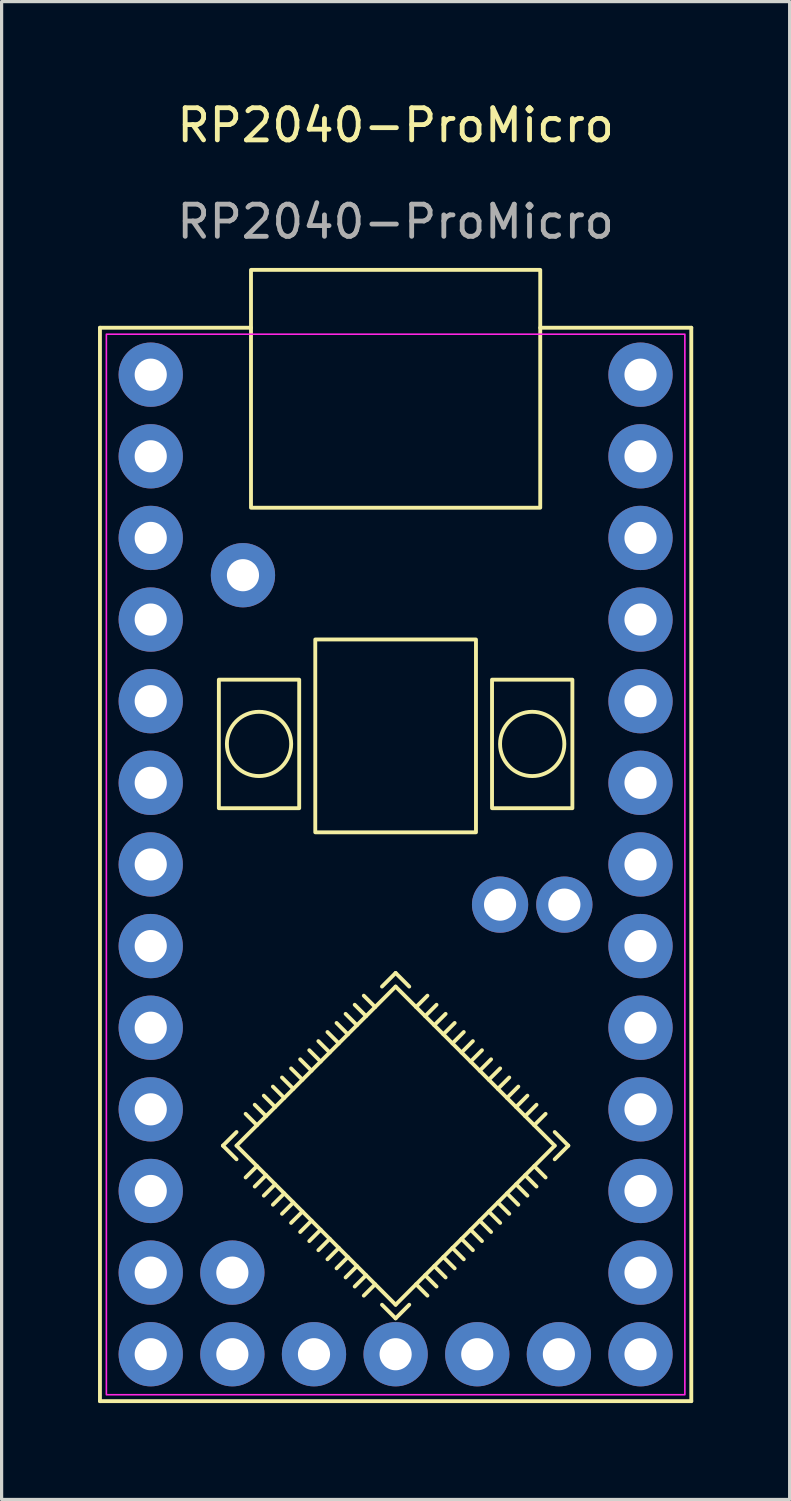
<source format=kicad_pcb>
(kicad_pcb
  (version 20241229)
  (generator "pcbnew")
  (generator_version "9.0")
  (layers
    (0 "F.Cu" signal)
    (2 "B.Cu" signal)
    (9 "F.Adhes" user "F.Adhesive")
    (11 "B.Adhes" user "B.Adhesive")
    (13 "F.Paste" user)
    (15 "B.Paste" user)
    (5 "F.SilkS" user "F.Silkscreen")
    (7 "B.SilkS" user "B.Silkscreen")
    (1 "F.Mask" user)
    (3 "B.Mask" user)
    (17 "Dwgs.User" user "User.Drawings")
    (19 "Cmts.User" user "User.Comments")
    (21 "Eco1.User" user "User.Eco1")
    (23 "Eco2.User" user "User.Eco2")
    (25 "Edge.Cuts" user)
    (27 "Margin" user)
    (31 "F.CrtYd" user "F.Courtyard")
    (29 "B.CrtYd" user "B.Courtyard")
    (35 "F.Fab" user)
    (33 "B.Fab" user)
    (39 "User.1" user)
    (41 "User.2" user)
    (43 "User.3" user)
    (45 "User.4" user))
  (footprint "RP2040-ProMicro"
    (layer "F.Cu")
    (at 9.26 23.848)
    (property "Reference" "RP2040-ProMicro" (at 0 -23 0) (unlocked yes) (layer "F.SilkS") (effects (font (size 1 1) (thickness 0.15))))
    (attr through_hole)
    (fp_line (start -9.2 16.7) (end -9.2 -16.7) (stroke (width 0.12) (type default)) (layer "F.SilkS"))
    (fp_line (start -9.2 16.7) (end 9.2 16.7) (stroke (width 0.12) (type default)) (layer "F.SilkS"))
    (fp_line (start -5.374 8.75) (end -4.95 8.326) (stroke (width 0.12) (type default)) (layer "F.SilkS"))
    (fp_line (start -5.374 8.75) (end -4.95 9.174) (stroke (width 0.12) (type default)) (layer "F.SilkS"))
    (fp_line (start -4.95 8.75) (end 0 13.7) (stroke (width 0.12) (type default)) (layer "F.SilkS"))
    (fp_line (start -4.5 -16.7) (end -9.2 -16.7) (stroke (width 0.12) (type default)) (layer "F.SilkS"))
    (fp_line (start -4.313 8.114) (end -4.667 7.76) (stroke (width 0.12) (type default)) (layer "F.SilkS"))
    (fp_line (start -4.313 9.386) (end -4.667 9.74) (stroke (width 0.12) (type default)) (layer "F.SilkS"))
    (fp_line (start -4.031 7.831) (end -4.384 7.477) (stroke (width 0.12) (type default)) (layer "F.SilkS"))
    (fp_line (start -4.031 9.669) (end -4.384 10.023) (stroke (width 0.12) (type default)) (layer "F.SilkS"))
    (fp_line (start -3.748 7.548) (end -4.101 7.194) (stroke (width 0.12) (type default)) (layer "F.SilkS"))
    (fp_line (start -3.748 9.952) (end -4.101 10.306) (stroke (width 0.12) (type default)) (layer "F.SilkS"))
    (fp_line (start -3.465 7.265) (end -3.818 6.912) (stroke (width 0.12) (type default)) (layer "F.SilkS"))
    (fp_line (start -3.465 10.235) (end -3.818 10.588) (stroke (width 0.12) (type default)) (layer "F.SilkS"))
    (fp_line (start -3.182 6.982) (end -3.536 6.629) (stroke (width 0.12) (type default)) (layer "F.SilkS"))
    (fp_line (start -3.182 10.518) (end -3.536 10.871) (stroke (width 0.12) (type default)) (layer "F.SilkS"))
    (fp_line (start -2.899 6.699) (end -3.253 6.346) (stroke (width 0.12) (type default)) (layer "F.SilkS"))
    (fp_line (start -2.899 10.801) (end -3.253 11.154) (stroke (width 0.12) (type default)) (layer "F.SilkS"))
    (fp_line (start -2.616 6.417) (end -2.97 6.063) (stroke (width 0.12) (type default)) (layer "F.SilkS"))
    (fp_line (start -2.616 11.083) (end -2.97 11.437) (stroke (width 0.12) (type default)) (layer "F.SilkS"))
    (fp_line (start -2.333 6.134) (end -2.687 5.78) (stroke (width 0.12) (type default)) (layer "F.SilkS"))
    (fp_line (start -2.333 11.366) (end -2.687 11.72) (stroke (width 0.12) (type default)) (layer "F.SilkS"))
    (fp_line (start -2.051 5.851) (end -2.404 5.497) (stroke (width 0.12) (type default)) (layer "F.SilkS"))
    (fp_line (start -2.051 11.649) (end -2.404 12.003) (stroke (width 0.12) (type default)) (layer "F.SilkS"))
    (fp_line (start -1.768 5.568) (end -2.121 5.214) (stroke (width 0.12) (type default)) (layer "F.SilkS"))
    (fp_line (start -1.768 11.932) (end -2.121 12.286) (stroke (width 0.12) (type default)) (layer "F.SilkS"))
    (fp_line (start -1.485 5.285) (end -1.838 4.932) (stroke (width 0.12) (type default)) (layer "F.SilkS"))
    (fp_line (start -1.485 12.215) (end -1.838 12.568) (stroke (width 0.12) (type default)) (layer "F.SilkS"))
    (fp_line (start -1.202 5.002) (end -1.556 4.649) (stroke (width 0.12) (type default)) (layer "F.SilkS"))
    (fp_line (start -1.202 12.498) (end -1.556 12.851) (stroke (width 0.12) (type default)) (layer "F.SilkS"))
    (fp_line (start -0.919 4.719) (end -1.273 4.366) (stroke (width 0.12) (type default)) (layer "F.SilkS"))
    (fp_line (start -0.919 12.781) (end -1.273 13.134) (stroke (width 0.12) (type default)) (layer "F.SilkS"))
    (fp_line (start -0.636 4.437) (end -0.99 4.083) (stroke (width 0.12) (type default)) (layer "F.SilkS"))
    (fp_line (start -0.636 13.063) (end -0.99 13.417) (stroke (width 0.12) (type default)) (layer "F.SilkS"))
    (fp_line (start 0 3.376) (end -0.424 3.8) (stroke (width 0.12) (type default)) (layer "F.SilkS"))
    (fp_line (start 0 3.376) (end 0.424 3.8) (stroke (width 0.12) (type default)) (layer "F.SilkS"))
    (fp_line (start 0 3.8) (end -4.95 8.75) (stroke (width 0.12) (type default)) (layer "F.SilkS"))
    (fp_line (start 0 13.7) (end 4.95 8.75) (stroke (width 0.12) (type default)) (layer "F.SilkS"))
    (fp_line (start 0 14.124) (end -0.424 13.7) (stroke (width 0.12) (type default)) (layer "F.SilkS"))
    (fp_line (start 0 14.124) (end 0.424 13.7) (stroke (width 0.12) (type default)) (layer "F.SilkS"))
    (fp_line (start 0.636 4.437) (end 0.99 4.083) (stroke (width 0.12) (type default)) (layer "F.SilkS"))
    (fp_line (start 0.636 13.063) (end 0.99 13.417) (stroke (width 0.12) (type default)) (layer "F.SilkS"))
    (fp_line (start 0.919 4.719) (end 1.273 4.366) (stroke (width 0.12) (type default)) (layer "F.SilkS"))
    (fp_line (start 0.919 12.781) (end 1.273 13.134) (stroke (width 0.12) (type default)) (layer "F.SilkS"))
    (fp_line (start 1.202 5.002) (end 1.556 4.649) (stroke (width 0.12) (type default)) (layer "F.SilkS"))
    (fp_line (start 1.202 12.498) (end 1.556 12.851) (stroke (width 0.12) (type default)) (layer "F.SilkS"))
    (fp_line (start 1.485 5.285) (end 1.838 4.932) (stroke (width 0.12) (type default)) (layer "F.SilkS"))
    (fp_line (start 1.485 12.215) (end 1.838 12.568) (stroke (width 0.12) (type default)) (layer "F.SilkS"))
    (fp_line (start 1.768 5.568) (end 2.121 5.214) (stroke (width 0.12) (type default)) (layer "F.SilkS"))
    (fp_line (start 1.768 11.932) (end 2.121 12.286) (stroke (width 0.12) (type default)) (layer "F.SilkS"))
    (fp_line (start 2.051 5.851) (end 2.404 5.497) (stroke (width 0.12) (type default)) (layer "F.SilkS"))
    (fp_line (start 2.051 11.649) (end 2.404 12.003) (stroke (width 0.12) (type default)) (layer "F.SilkS"))
    (fp_line (start 2.333 6.134) (end 2.687 5.78) (stroke (width 0.12) (type default)) (layer "F.SilkS"))
    (fp_line (start 2.333 11.366) (end 2.687 11.72) (stroke (width 0.12) (type default)) (layer "F.SilkS"))
    (fp_line (start 2.616 6.417) (end 2.97 6.063) (stroke (width 0.12) (type default)) (layer "F.SilkS"))
    (fp_line (start 2.616 11.083) (end 2.97 11.437) (stroke (width 0.12) (type default)) (layer "F.SilkS"))
    (fp_line (start 2.899 6.699) (end 3.253 6.346) (stroke (width 0.12) (type default)) (layer "F.SilkS"))
    (fp_line (start 2.899 10.801) (end 3.253 11.154) (stroke (width 0.12) (type default)) (layer "F.SilkS"))
    (fp_line (start 3.182 6.982) (end 3.536 6.629) (stroke (width 0.12) (type default)) (layer "F.SilkS"))
    (fp_line (start 3.182 10.518) (end 3.536 10.871) (stroke (width 0.12) (type default)) (layer "F.SilkS"))
    (fp_line (start 3.465 7.265) (end 3.818 6.912) (stroke (width 0.12) (type default)) (layer "F.SilkS"))
    (fp_line (start 3.465 10.235) (end 3.818 10.588) (stroke (width 0.12) (type default)) (layer "F.SilkS"))
    (fp_line (start 3.748 7.548) (end 4.101 7.194) (stroke (width 0.12) (type default)) (layer "F.SilkS"))
    (fp_line (start 3.748 9.952) (end 4.101 10.306) (stroke (width 0.12) (type default)) (layer "F.SilkS"))
    (fp_line (start 4.031 7.831) (end 4.384 7.477) (stroke (width 0.12) (type default)) (layer "F.SilkS"))
    (fp_line (start 4.031 9.669) (end 4.384 10.023) (stroke (width 0.12) (type default)) (layer "F.SilkS"))
    (fp_line (start 4.313 8.114) (end 4.667 7.76) (stroke (width 0.12) (type default)) (layer "F.SilkS"))
    (fp_line (start 4.313 9.386) (end 4.667 9.74) (stroke (width 0.12) (type default)) (layer "F.SilkS"))
    (fp_line (start 4.5 -16.7) (end 9.2 -16.7) (stroke (width 0.12) (type default)) (layer "F.SilkS"))
    (fp_line (start 4.95 8.75) (end 0 3.8) (stroke (width 0.12) (type default)) (layer "F.SilkS"))
    (fp_line (start 5.374 8.75) (end 4.95 8.326) (stroke (width 0.12) (type default)) (layer "F.SilkS"))
    (fp_line (start 5.374 8.75) (end 4.95 9.174) (stroke (width 0.12) (type default)) (layer "F.SilkS"))
    (fp_line (start 9.2 -16.7) (end 9.2 16.7) (stroke (width 0.12) (type default)) (layer "F.SilkS"))
    (fp_rect (start -5.5 -5.75) (end -3 -1.75) (stroke (width 0.12) (type default)) (fill no) (layer "F.SilkS"))
    (fp_rect (start -4.5 -11.1) (end 4.5 -18.5) (stroke (width 0.12) (type solid)) (fill no) (layer "F.SilkS"))
    (fp_rect (start -2.5 -7) (end 2.5 -1) (stroke (width 0.12) (type default)) (fill no) (layer "F.SilkS"))
    (fp_rect (start 3 -5.75) (end 5.5 -1.75) (stroke (width 0.12) (type default)) (fill no) (layer "F.SilkS"))
    (fp_circle (center -4.25 -3.75) (end -3.25 -3.75) (stroke (width 0.12) (type default)) (fill no) (layer "F.SilkS"))
    (fp_circle (center 4.25 -3.75) (end 5.25 -3.75) (stroke (width 0.12) (type default)) (fill no) (layer "F.SilkS"))
    (fp_rect (start -9 -16.5) (end 9 16.5) (stroke (width 0.05) (type default)) (fill no) (layer "F.CrtYd"))
    (fp_text user "${REFERENCE}" (at 0 -20 0) (unlocked yes) (layer "F.Fab") (effects (font (size 1 1) (thickness 0.15))))
    (pad "0" thru_hole circle (at -7.62 -12.7) (size 2 2) (drill 1) (layers "*.Cu" "*.Mask"))
    (pad "1" thru_hole circle (at -7.62 -10.16) (size 2 2) (drill 1) (layers "*.Cu" "*.Mask"))
    (pad "2" thru_hole circle (at -7.62 -2.54) (size 2 2) (drill 1) (layers "*.Cu" "*.Mask"))
    (pad "3" thru_hole circle (at -7.62 0) (size 2 2) (drill 1) (layers "*.Cu" "*.Mask"))
    (pad "3V3" thru_hole circle (at 7.62 -5.08) (size 2 2) (drill 1) (layers "*.Cu" "*.Mask"))
    (pad "4" thru_hole circle (at -7.62 2.54) (size 2 2) (drill 1) (layers "*.Cu" "*.Mask"))
    (pad "5" thru_hole circle (at -7.62 5.08) (size 2 2) (drill 1) (layers "*.Cu" "*.Mask"))
    (pad "5V" thru_hole circle (at 7.62 -12.7) (size 2 2) (drill 1) (layers "*.Cu" "*.Mask"))
    (pad "6" thru_hole circle (at -7.62 7.62) (size 2 2) (drill 1) (layers "*.Cu" "*.Mask"))
    (pad "7" thru_hole circle (at -7.62 10.16) (size 2 2) (drill 1) (layers "*.Cu" "*.Mask"))
    (pad "8" thru_hole circle (at -7.62 12.7) (size 2 2) (drill 1) (layers "*.Cu" "*.Mask"))
    (pad "9" thru_hole circle (at -7.62 15.24) (size 2 2) (drill 1) (layers "*.Cu" "*.Mask"))
    (pad "10" thru_hole circle (at -7.62 -15.24) (size 2 2) (drill 1) (layers "*.Cu" "*.Mask"))
    (pad "11" thru_hole circle (at 7.62 -15.24) (size 2 2) (drill 1) (layers "*.Cu" "*.Mask"))
    (pad "12" thru_hole circle (at -5.08 15.24) (size 2 2) (drill 1) (layers "*.Cu" "*.Mask"))
    (pad "13" thru_hole circle (at -2.54 15.24) (size 2 2) (drill 1) (layers "*.Cu" "*.Mask"))
    (pad "14" thru_hole circle (at 0 15.24) (size 2 2) (drill 1) (layers "*.Cu" "*.Mask"))
    (pad "15" thru_hole circle (at 2.54 15.24) (size 2 2) (drill 1) (layers "*.Cu" "*.Mask"))
    (pad "16" thru_hole circle (at 5.08 15.24) (size 2 2) (drill 1) (layers "*.Cu" "*.Mask"))
    (pad "18" thru_hole circle (at 3.25 1.25) (size 1.75 1.75) (drill 1) (layers "*.Cu" "*.Mask"))
    (pad "20" thru_hole circle (at 7.62 10.16) (size 2 2) (drill 1) (layers "*.Cu" "*.Mask"))
    (pad "21" thru_hole circle (at 7.62 15.24) (size 2 2) (drill 1) (layers "*.Cu" "*.Mask"))
    (pad "22" thru_hole circle (at 7.62 7.62) (size 2 2) (drill 1) (layers "*.Cu" "*.Mask"))
    (pad "23" thru_hole circle (at 7.62 12.7) (size 2 2) (drill 1) (layers "*.Cu" "*.Mask"))
    (pad "24" thru_hole circle (at 5.25 1.25) (size 1.75 1.75) (drill 1) (layers "*.Cu" "*.Mask"))
    (pad "25" thru_hole circle (at -5.08 12.7) (size 2 2) (drill 1) (layers "*.Cu" "*.Mask"))
    (pad "26" thru_hole circle (at 7.62 5.08) (size 2 2) (drill 1) (layers "*.Cu" "*.Mask"))
    (pad "27" thru_hole circle (at 7.62 2.54) (size 2 2) (drill 1) (layers "*.Cu" "*.Mask"))
    (pad "28" thru_hole circle (at 7.62 0) (size 2 2) (drill 1) (layers "*.Cu" "*.Mask"))
    (pad "29" thru_hole circle (at 7.62 -2.54) (size 2 2) (drill 1) (layers "*.Cu" "*.Mask"))
    (pad "B" thru_hole circle (at -4.75 -9) (size 2 2) (drill 1) (layers "*.Cu" "*.Mask"))
    (pad "G1" thru_hole circle (at 7.62 -10.16) (size 2 2) (drill 1) (layers "*.Cu" "*.Mask"))
    (pad "G2" thru_hole circle (at -7.62 -7.62) (size 2 2) (drill 1) (layers "*.Cu" "*.Mask"))
    (pad "G3" thru_hole circle (at -7.62 -5.08) (size 2 2) (drill 1) (layers "*.Cu" "*.Mask"))
    (pad "R" thru_hole circle (at 7.62 -7.62) (size 2 2) (drill 1) (layers "*.Cu" "*.Mask")))
  (gr_rect
    (start -3 -3)
    (end 21.52 43.608)
    (stroke (width 0.1) (type default))
    (fill no)
    (layer "Edge.Cuts")))
</source>
